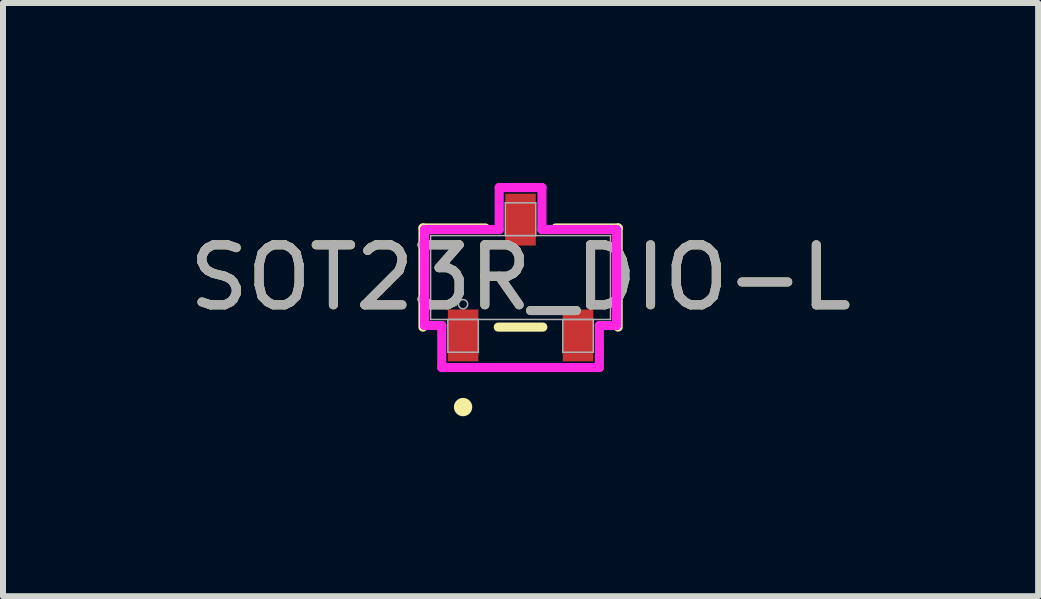
<source format=kicad_pcb>
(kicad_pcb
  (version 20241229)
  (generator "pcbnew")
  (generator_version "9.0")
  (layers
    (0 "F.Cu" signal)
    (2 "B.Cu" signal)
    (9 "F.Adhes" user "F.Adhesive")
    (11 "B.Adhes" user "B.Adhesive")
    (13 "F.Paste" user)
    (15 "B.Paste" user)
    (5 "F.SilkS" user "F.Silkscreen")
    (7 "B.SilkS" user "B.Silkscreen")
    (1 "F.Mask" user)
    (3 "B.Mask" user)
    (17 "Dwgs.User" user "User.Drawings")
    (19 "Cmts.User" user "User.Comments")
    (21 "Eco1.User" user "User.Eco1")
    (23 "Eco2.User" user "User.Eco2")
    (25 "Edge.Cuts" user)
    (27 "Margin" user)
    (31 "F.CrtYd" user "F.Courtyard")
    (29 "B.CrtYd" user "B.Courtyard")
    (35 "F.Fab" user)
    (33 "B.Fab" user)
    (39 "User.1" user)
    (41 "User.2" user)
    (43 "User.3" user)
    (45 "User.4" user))
  (footprint "SOT23R_DIO-L"
    (layer "F.Cu")
    (at 5.625 1.575)
    (property "Reference" "SOT23R_DIO-L" (at 0 0 0) (unlocked yes) (layer "F.SilkS") (effects (font (size 1 1) (thickness 0.15))))
    (attr smd)
    (fp_line (start -1.626 -0.826) (end -1.626 0.826) (stroke (width 0.152) (type solid)) (layer "F.SilkS"))
    (fp_line (start -0.587 -0.826) (end -1.626 -0.826) (stroke (width 0.152) (type solid)) (layer "F.SilkS"))
    (fp_line (start -0.371 0.826) (end 0.371 0.826) (stroke (width 0.152) (type solid)) (layer "F.SilkS"))
    (fp_line (start 1.626 -0.826) (end 0.587 -0.826) (stroke (width 0.152) (type solid)) (layer "F.SilkS"))
    (fp_line (start 1.626 0.826) (end 1.626 -0.826) (stroke (width 0.152) (type solid)) (layer "F.SilkS"))
    (fp_circle (center -0.958 2.159) (end -0.881 2.159) (stroke (width 0.152) (type solid)) (fill no) (layer "F.SilkS"))
    (fp_line (start -1.6 -0.8) (end -0.356 -0.8) (stroke (width 0.152) (type solid)) (layer "F.CrtYd"))
    (fp_line (start -1.6 0.8) (end -1.6 -0.8) (stroke (width 0.152) (type solid)) (layer "F.CrtYd"))
    (fp_line (start -1.6 0.8) (end -1.313 0.8) (stroke (width 0.152) (type solid)) (layer "F.CrtYd"))
    (fp_line (start -1.313 0.8) (end -1.313 1.499) (stroke (width 0.152) (type solid)) (layer "F.CrtYd"))
    (fp_line (start -1.313 1.499) (end 1.313 1.499) (stroke (width 0.152) (type solid)) (layer "F.CrtYd"))
    (fp_line (start -0.356 -1.499) (end 0.356 -1.499) (stroke (width 0.152) (type solid)) (layer "F.CrtYd"))
    (fp_line (start -0.356 -0.8) (end -0.356 -1.499) (stroke (width 0.152) (type solid)) (layer "F.CrtYd"))
    (fp_line (start 0.356 -0.8) (end 0.356 -1.499) (stroke (width 0.152) (type solid)) (layer "F.CrtYd"))
    (fp_line (start 1.313 0.8) (end 1.313 1.499) (stroke (width 0.152) (type solid)) (layer "F.CrtYd"))
    (fp_line (start 1.6 -0.8) (end 0.356 -0.8) (stroke (width 0.152) (type solid)) (layer "F.CrtYd"))
    (fp_line (start 1.6 -0.8) (end 1.6 0.8) (stroke (width 0.152) (type solid)) (layer "F.CrtYd"))
    (fp_line (start 1.6 0.8) (end 1.313 0.8) (stroke (width 0.152) (type solid)) (layer "F.CrtYd"))
    (fp_line (start -1.499 -0.699) (end -1.499 0.699) (stroke (width 0.025) (type solid)) (layer "F.Fab"))
    (fp_line (start -1.499 0.699) (end 1.499 0.699) (stroke (width 0.025) (type solid)) (layer "F.Fab"))
    (fp_line (start -1.212 0.699) (end -1.212 1.245) (stroke (width 0.025) (type solid)) (layer "F.Fab"))
    (fp_line (start -1.212 1.245) (end -0.704 1.245) (stroke (width 0.025) (type solid)) (layer "F.Fab"))
    (fp_line (start -0.704 0.699) (end -1.212 0.699) (stroke (width 0.025) (type solid)) (layer "F.Fab"))
    (fp_line (start -0.704 1.245) (end -0.704 0.699) (stroke (width 0.025) (type solid)) (layer "F.Fab"))
    (fp_line (start -0.254 -1.245) (end -0.254 -0.699) (stroke (width 0.025) (type solid)) (layer "F.Fab"))
    (fp_line (start -0.254 -0.699) (end 0.254 -0.699) (stroke (width 0.025) (type solid)) (layer "F.Fab"))
    (fp_line (start 0.254 -1.245) (end -0.254 -1.245) (stroke (width 0.025) (type solid)) (layer "F.Fab"))
    (fp_line (start 0.254 -0.699) (end 0.254 -1.245) (stroke (width 0.025) (type solid)) (layer "F.Fab"))
    (fp_line (start 0.704 0.699) (end 0.704 1.245) (stroke (width 0.025) (type solid)) (layer "F.Fab"))
    (fp_line (start 0.704 1.245) (end 1.212 1.245) (stroke (width 0.025) (type solid)) (layer "F.Fab"))
    (fp_line (start 1.212 0.699) (end 0.704 0.699) (stroke (width 0.025) (type solid)) (layer "F.Fab"))
    (fp_line (start 1.212 1.245) (end 1.212 0.699) (stroke (width 0.025) (type solid)) (layer "F.Fab"))
    (fp_line (start 1.499 -0.699) (end -1.499 -0.699) (stroke (width 0.025) (type solid)) (layer "F.Fab"))
    (fp_line (start 1.499 0.699) (end 1.499 -0.699) (stroke (width 0.025) (type solid)) (layer "F.Fab"))
    (fp_circle (center -0.958 0.445) (end -0.881 0.445) (stroke (width 0.025) (type solid)) (fill no) (layer "F.Fab"))
    (fp_text user "${REFERENCE}" (at 0 0 0) (unlocked yes) (layer "F.Fab") (effects (font (size 1 1) (thickness 0.15))))
    (pad "1" smd rect (at -0.957 0.965) (size 0.508 0.864) (layers "F.Cu" "F.Mask" "F.Paste"))
    (pad "2" smd rect (at 0.957 0.965) (size 0.508 0.864) (layers "F.Cu" "F.Mask" "F.Paste"))
    (pad "3" smd rect (at 0 -0.965) (size 0.508 0.864) (layers "F.Cu" "F.Mask" "F.Paste")))
  (gr_rect
    (start -3 -3)
    (end 14.25 6.886)
    (stroke (width 0.1) (type default))
    (fill no)
    (layer "Edge.Cuts")))
</source>
